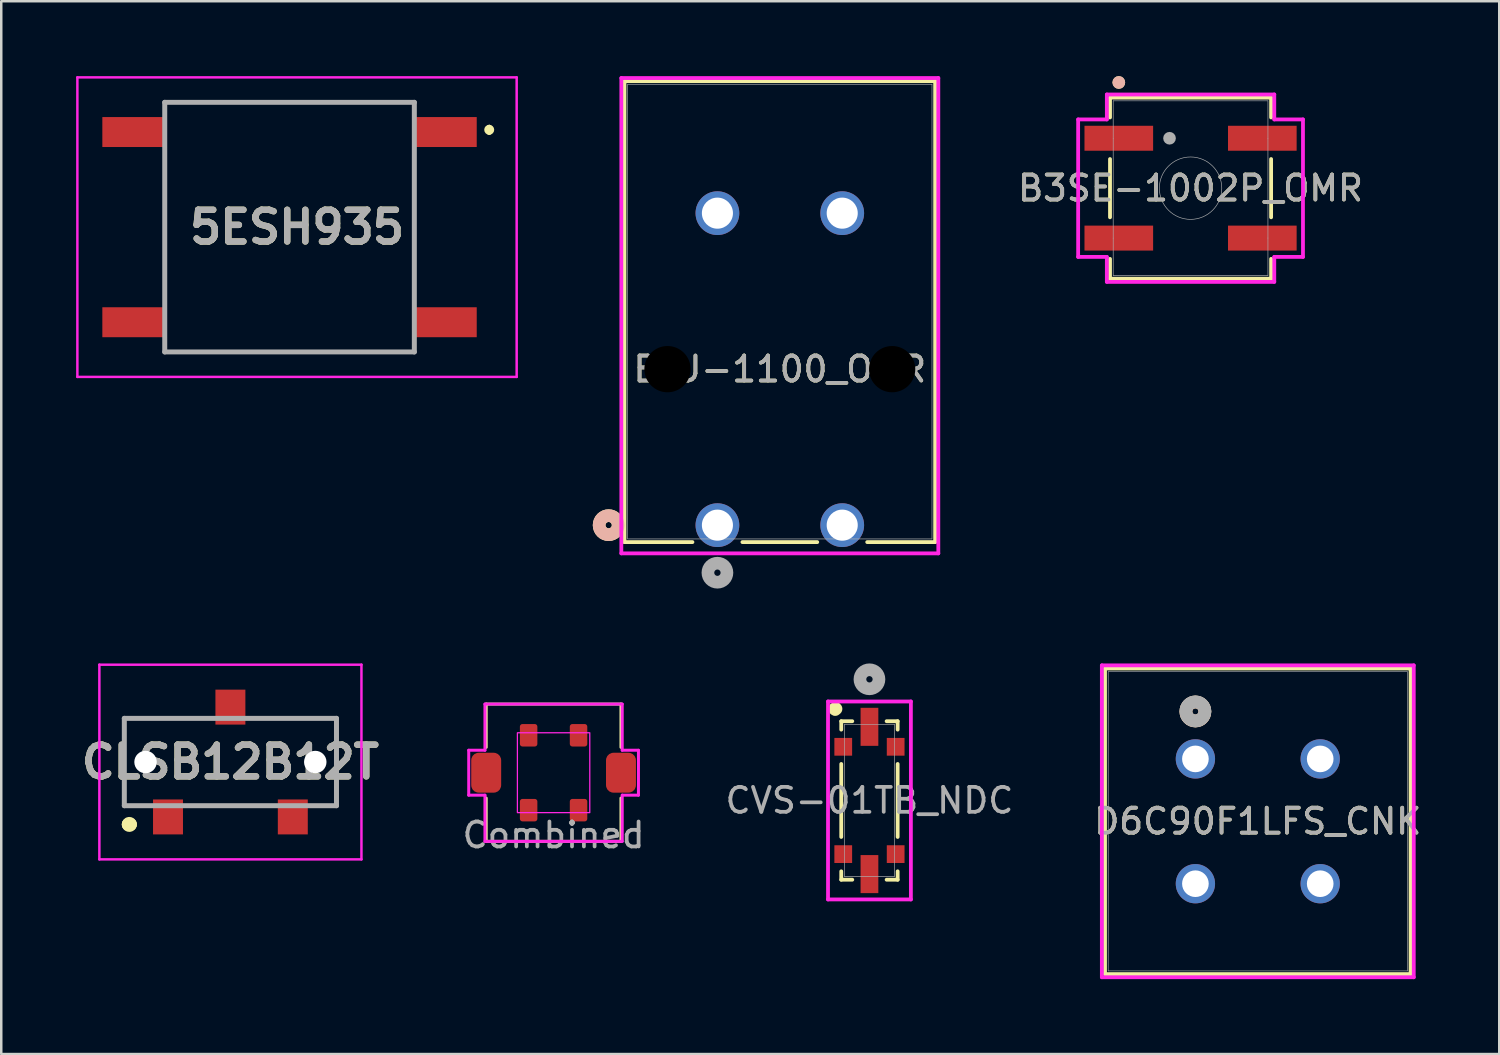
<source format=kicad_pcb>
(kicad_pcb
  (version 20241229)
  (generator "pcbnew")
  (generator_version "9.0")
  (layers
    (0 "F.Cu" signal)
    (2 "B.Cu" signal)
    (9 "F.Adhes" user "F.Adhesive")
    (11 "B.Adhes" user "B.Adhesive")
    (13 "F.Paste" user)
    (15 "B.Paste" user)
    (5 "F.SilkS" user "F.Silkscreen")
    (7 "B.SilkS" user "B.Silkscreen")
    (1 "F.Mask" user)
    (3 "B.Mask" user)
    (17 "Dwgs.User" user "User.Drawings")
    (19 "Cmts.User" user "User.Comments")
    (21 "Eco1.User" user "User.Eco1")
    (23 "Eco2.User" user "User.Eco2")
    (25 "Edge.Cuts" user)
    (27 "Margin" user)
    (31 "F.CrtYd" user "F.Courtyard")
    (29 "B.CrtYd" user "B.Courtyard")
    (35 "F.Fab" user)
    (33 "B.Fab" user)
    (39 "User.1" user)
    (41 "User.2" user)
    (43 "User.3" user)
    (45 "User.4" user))
  (footprint "B3SE-1002P_OMR"
    (layer "F.Cu")
    (at 44.649 4.489)
    (property "Reference" "B3SE-1002P_OMR" (at 0 0 0) (unlocked yes) (layer "F.SilkS") (effects (font (size 1 1) (thickness 0.15))))
    (attr smd)
    (fp_line (start -3.227 -3.627) (end -3.227 -2.833) (stroke (width 0.152) (type solid)) (layer "F.SilkS"))
    (fp_line (start -3.227 -1.167) (end -3.227 1.167) (stroke (width 0.152) (type solid)) (layer "F.SilkS"))
    (fp_line (start -3.227 2.833) (end -3.227 3.627) (stroke (width 0.152) (type solid)) (layer "F.SilkS"))
    (fp_line (start -3.227 3.627) (end 3.227 3.627) (stroke (width 0.152) (type solid)) (layer "F.SilkS"))
    (fp_line (start 3.227 -3.627) (end -3.227 -3.627) (stroke (width 0.152) (type solid)) (layer "F.SilkS"))
    (fp_line (start 3.227 -2.833) (end 3.227 -3.627) (stroke (width 0.152) (type solid)) (layer "F.SilkS"))
    (fp_line (start 3.227 1.167) (end 3.227 -1.167) (stroke (width 0.152) (type solid)) (layer "F.SilkS"))
    (fp_line (start 3.227 3.627) (end 3.227 2.833) (stroke (width 0.152) (type solid)) (layer "F.SilkS"))
    (fp_circle (center -2.875 -4.235) (end -2.748 -4.235) (stroke (width 0.254) (type solid)) (fill no) (layer "F.SilkS"))
    (fp_circle (center -2.875 -4.235) (end -2.748 -4.235) (stroke (width 0.254) (type solid)) (fill no) (layer "B.SilkS"))
    (fp_line (start -4.504 -2.754) (end -3.354 -2.754) (stroke (width 0.152) (type solid)) (layer "F.CrtYd"))
    (fp_line (start -4.504 2.754) (end -4.504 -2.754) (stroke (width 0.152) (type solid)) (layer "F.CrtYd"))
    (fp_line (start -4.504 2.754) (end -3.354 2.754) (stroke (width 0.152) (type solid)) (layer "F.CrtYd"))
    (fp_line (start -3.354 -3.754) (end 3.354 -3.754) (stroke (width 0.152) (type solid)) (layer "F.CrtYd"))
    (fp_line (start -3.354 -2.754) (end -3.354 -3.754) (stroke (width 0.152) (type solid)) (layer "F.CrtYd"))
    (fp_line (start -3.354 3.754) (end -3.354 2.754) (stroke (width 0.152) (type solid)) (layer "F.CrtYd"))
    (fp_line (start 3.354 -3.754) (end 3.354 -2.754) (stroke (width 0.152) (type solid)) (layer "F.CrtYd"))
    (fp_line (start 3.354 2.754) (end 3.354 3.754) (stroke (width 0.152) (type solid)) (layer "F.CrtYd"))
    (fp_line (start 3.354 3.754) (end -3.354 3.754) (stroke (width 0.152) (type solid)) (layer "F.CrtYd"))
    (fp_line (start 4.504 -2.754) (end 3.354 -2.754) (stroke (width 0.152) (type solid)) (layer "F.CrtYd"))
    (fp_line (start 4.504 -2.754) (end 4.504 2.754) (stroke (width 0.152) (type solid)) (layer "F.CrtYd"))
    (fp_line (start 4.504 2.754) (end 3.354 2.754) (stroke (width 0.152) (type solid)) (layer "F.CrtYd"))
    (fp_line (start -3.1 -2) (end -3.1 -2) (stroke (width 0.025) (type solid)) (layer "F.Fab"))
    (fp_line (start -3.1 2) (end -3.1 2) (stroke (width 0.025) (type solid)) (layer "F.Fab"))
    (fp_line (start -3.1 -3.5) (end -3.1 3.5) (stroke (width 0.025) (type solid)) (layer "F.Fab"))
    (fp_line (start -3.1 3.5) (end 3.1 3.5) (stroke (width 0.025) (type solid)) (layer "F.Fab"))
    (fp_line (start 3.1 -3.5) (end -3.1 -3.5) (stroke (width 0.025) (type solid)) (layer "F.Fab"))
    (fp_line (start 3.1 3.5) (end 3.1 -3.5) (stroke (width 0.025) (type solid)) (layer "F.Fab"))
    (fp_line (start 3.1 -2) (end 3.1 -2) (stroke (width 0.025) (type solid)) (layer "F.Fab"))
    (fp_line (start 3.1 2) (end 3.1 2) (stroke (width 0.025) (type solid)) (layer "F.Fab"))
    (fp_circle (center -0.843 -2) (end -0.716 -2) (stroke (width 0.254) (type solid)) (fill no) (layer "F.Fab"))
    (fp_circle (center 0 0) (end 1.25 0) (stroke (width 0.025) (type solid)) (fill no) (layer "F.Fab"))
    (fp_text user "${REFERENCE}" (at 0 0 0) (unlocked yes) (layer "F.Fab") (effects (font (size 1 1) (thickness 0.15))))
    (pad "1" smd rect (at -2.875 -2) (size 2.75 1) (layers "F.Cu" "F.Mask" "F.Paste"))
    (pad "2" smd rect (at 2.875 -2) (size 2.75 1) (layers "F.Cu" "F.Mask" "F.Paste"))
    (pad "3" smd rect (at -2.875 2) (size 2.75 1) (layers "F.Cu" "F.Mask" "F.Paste"))
    (pad "4" smd rect (at 2.875 2) (size 2.75 1) (layers "F.Cu" "F.Mask" "F.Paste")))
  (footprint "Combined"
    (layer "F.Cu")
    (at 19.129 27.908)
    (property "Reference" "Combined" (at 0 -3.53 0) (unlocked yes) (layer "User.2") (effects (font (size 1 1) (thickness 0.15))))
    (attr smd)
    (fp_line (start -2.7 -2.75) (end -2.7 -1.016) (stroke (width 0.12) (type default)) (layer "F.SilkS"))
    (fp_line (start -2.7 -2.75) (end 2.7 -2.75) (stroke (width 0.12) (type default)) (layer "F.SilkS"))
    (fp_line (start -2.7 1.016) (end -2.7 2.75) (stroke (width 0.12) (type default)) (layer "F.SilkS"))
    (fp_line (start -2.7 2.75) (end 2.7 2.75) (stroke (width 0.12) (type default)) (layer "F.SilkS"))
    (fp_line (start 2.7 -2.75) (end 2.7 -1.016) (stroke (width 0.12) (type default)) (layer "F.SilkS"))
    (fp_line (start 2.7 1.016) (end 2.7 2.75) (stroke (width 0.12) (type default)) (layer "F.SilkS"))
    (fp_line (start -3.4 -0.9) (end -2.75 -0.9) (stroke (width 0.12) (type default)) (layer "F.CrtYd"))
    (fp_line (start -3.4 0.9) (end -3.4 -0.9) (stroke (width 0.12) (type default)) (layer "F.CrtYd"))
    (fp_line (start -2.75 -2.75) (end 2.75 -2.75) (stroke (width 0.12) (type default)) (layer "F.CrtYd"))
    (fp_line (start -2.75 -0.9) (end -2.75 -2.75) (stroke (width 0.12) (type default)) (layer "F.CrtYd"))
    (fp_line (start -2.75 0.9) (end -3.4 0.9) (stroke (width 0.12) (type default)) (layer "F.CrtYd"))
    (fp_line (start -2.75 2.75) (end -2.75 0.9) (stroke (width 0.12) (type default)) (layer "F.CrtYd"))
    (fp_line (start 2.75 -2.75) (end 2.75 -0.9) (stroke (width 0.12) (type default)) (layer "F.CrtYd"))
    (fp_line (start 2.75 -0.9) (end 3.4 -0.9) (stroke (width 0.12) (type default)) (layer "F.CrtYd"))
    (fp_line (start 2.75 0.9) (end 2.75 2.75) (stroke (width 0.12) (type default)) (layer "F.CrtYd"))
    (fp_line (start 2.75 2.75) (end -2.75 2.75) (stroke (width 0.12) (type default)) (layer "F.CrtYd"))
    (fp_line (start 3.4 -0.9) (end 3.4 0.9) (stroke (width 0.12) (type default)) (layer "F.CrtYd"))
    (fp_line (start 3.4 0.9) (end 2.75 0.9) (stroke (width 0.12) (type default)) (layer "F.CrtYd"))
    (fp_rect (start -1.45 -1.6) (end 1.45 1.6) (stroke (width 0.05) (type default)) (fill no) (layer "F.CrtYd"))
    (fp_text user "${REFERENCE}" (at 0 2.5 0) (unlocked yes) (layer "F.Fab") (effects (font (size 1 1) (thickness 0.15))))
    (pad "1" smd roundrect (at 1 -1.5 270) (size 0.9 0.7) (layers "F.Cu" "F.Mask" "F.Paste") (roundrect_rratio 0.147))
    (pad "1" smd roundrect (at 1 1.5 270) (size 0.9 0.7) (layers "F.Cu" "F.Mask" "F.Paste") (roundrect_rratio 0.147))
    (pad "1" smd roundrect (at 2.7 0) (size 1.2 1.6) (layers "F.Cu" "F.Mask" "F.Paste") (roundrect_rratio 0.25))
    (pad "2" smd roundrect (at -2.7 0) (size 1.2 1.6) (layers "F.Cu" "F.Mask" "F.Paste") (roundrect_rratio 0.25))
    (pad "2" smd roundrect (at -1 -1.5 270) (size 0.9 0.7) (layers "F.Cu" "F.Mask" "F.Paste") (roundrect_rratio 0.147))
    (pad "2" smd roundrect (at -1 1.5 270) (size 0.9 0.7) (layers "F.Cu" "F.Mask" "F.Paste") (roundrect_rratio 0.147)))
  (footprint "B3J-1100_OMR"
    (layer "F.Cu")
    (at 25.693 17.99)
    (property "Reference" "B3J-1100_OMR" (at 2.5 -6.25 0) (unlocked yes) (layer "F.SilkS") (effects (font (size 1 1) (thickness 0.15))))
    (attr through_hole)
    (fp_line (start -3.723 -17.787) (end -3.723 0.679) (stroke (width 0.152) (type solid)) (layer "F.SilkS"))
    (fp_line (start -3.723 0.679) (end -1.001 0.679) (stroke (width 0.152) (type solid)) (layer "F.SilkS"))
    (fp_line (start 1.001 0.679) (end 3.999 0.679) (stroke (width 0.152) (type solid)) (layer "F.SilkS"))
    (fp_line (start 6.001 0.679) (end 8.723 0.679) (stroke (width 0.152) (type solid)) (layer "F.SilkS"))
    (fp_line (start 8.723 -17.787) (end -3.723 -17.787) (stroke (width 0.152) (type solid)) (layer "F.SilkS"))
    (fp_line (start 8.723 0.679) (end 8.723 -17.787) (stroke (width 0.152) (type solid)) (layer "F.SilkS"))
    (fp_circle (center -4.358 0) (end -3.977 0) (stroke (width 0.508) (type solid)) (fill no) (layer "F.SilkS"))
    (fp_circle (center -4.358 0) (end -3.977 0) (stroke (width 0.508) (type solid)) (fill no) (layer "B.SilkS"))
    (fp_line (start -3.85 -17.914) (end -3.85 1.13) (stroke (width 0.152) (type solid)) (layer "F.CrtYd"))
    (fp_line (start -3.85 1.13) (end 8.85 1.13) (stroke (width 0.152) (type solid)) (layer "F.CrtYd"))
    (fp_line (start 8.85 -17.914) (end -3.85 -17.914) (stroke (width 0.152) (type solid)) (layer "F.CrtYd"))
    (fp_line (start 8.85 1.13) (end 8.85 -17.914) (stroke (width 0.152) (type solid)) (layer "F.CrtYd"))
    (fp_line (start -3.596 -17.66) (end -3.596 0.552) (stroke (width 0.025) (type solid)) (layer "F.Fab"))
    (fp_line (start -3.596 0.552) (end 8.596 0.552) (stroke (width 0.025) (type solid)) (layer "F.Fab"))
    (fp_line (start 8.596 -17.66) (end -3.596 -17.66) (stroke (width 0.025) (type solid)) (layer "F.Fab"))
    (fp_line (start 8.596 0.552) (end 8.596 -17.66) (stroke (width 0.025) (type solid)) (layer "F.Fab"))
    (fp_circle (center 0 1.905) (end 0.381 1.905) (stroke (width 0.508) (type solid)) (fill no) (layer "F.Fab"))
    (fp_text user "${REFERENCE}" (at 2.5 -6.25 0) (unlocked yes) (layer "F.Fab") (effects (font (size 1 1) (thickness 0.15))))
    (pad "" np_thru_hole circle (at -2 -6.25) (size 1.854 1.854) (drill 1.854) (layers))
    (pad "" np_thru_hole circle (at 7 -6.25) (size 1.854 1.854) (drill 1.854) (layers))
    (pad "1" thru_hole circle (at 0 0) (size 1.753 1.753) (drill 1.245) (layers "*.Cu" "*.Mask"))
    (pad "2" thru_hole circle (at 0 -12.5) (size 1.753 1.753) (drill 1.245) (layers "*.Cu" "*.Mask"))
    (pad "3" thru_hole circle (at 5 0) (size 1.753 1.753) (drill 1.245) (layers "*.Cu" "*.Mask"))
    (pad "4" thru_hole circle (at 5 -12.5) (size 1.753 1.753) (drill 1.245) (layers "*.Cu" "*.Mask")))
  (footprint "D6C90F1LFS_CNK"
    (layer "F.Cu")
    (at 47.343 29.855)
    (property "Reference" "D6C90F1LFS_CNK" (at 0 0 0) (unlocked yes) (layer "F.SilkS") (effects (font (size 1 1) (thickness 0.15))))
    (attr through_hole)
    (fp_line (start -6.121 -6.121) (end -6.121 6.121) (stroke (width 0.152) (type solid)) (layer "F.SilkS"))
    (fp_line (start -6.121 6.121) (end 6.121 6.121) (stroke (width 0.152) (type solid)) (layer "F.SilkS"))
    (fp_line (start 6.121 -6.121) (end -6.121 -6.121) (stroke (width 0.152) (type solid)) (layer "F.SilkS"))
    (fp_line (start 6.121 6.121) (end 6.121 -6.121) (stroke (width 0.152) (type solid)) (layer "F.SilkS"))
    (fp_circle (center -2.5 -4.4) (end -2.119 -4.4) (stroke (width 0.508) (type solid)) (fill no) (layer "F.SilkS"))
    (fp_circle (center -2.5 -4.4) (end -2.119 -4.4) (stroke (width 0.508) (type solid)) (fill no) (layer "B.SilkS"))
    (fp_line (start -6.248 -6.248) (end -6.248 6.248) (stroke (width 0.152) (type solid)) (layer "F.CrtYd"))
    (fp_line (start -6.248 6.248) (end 6.248 6.248) (stroke (width 0.152) (type solid)) (layer "F.CrtYd"))
    (fp_line (start 6.248 -6.248) (end -6.248 -6.248) (stroke (width 0.152) (type solid)) (layer "F.CrtYd"))
    (fp_line (start 6.248 6.248) (end 6.248 -6.248) (stroke (width 0.152) (type solid)) (layer "F.CrtYd"))
    (fp_line (start -5.994 -5.994) (end -5.994 5.994) (stroke (width 0.025) (type solid)) (layer "F.Fab"))
    (fp_line (start -5.994 5.994) (end 5.994 5.994) (stroke (width 0.025) (type solid)) (layer "F.Fab"))
    (fp_line (start 5.994 -5.994) (end -5.994 -5.994) (stroke (width 0.025) (type solid)) (layer "F.Fab"))
    (fp_line (start 5.994 5.994) (end 5.994 -5.994) (stroke (width 0.025) (type solid)) (layer "F.Fab"))
    (fp_circle (center -2.5 -4.405) (end -2.119 -4.405) (stroke (width 0.508) (type solid)) (fill no) (layer "F.Fab"))
    (fp_text user "${REFERENCE}" (at 0 0 0) (unlocked yes) (layer "F.Fab") (effects (font (size 1 1) (thickness 0.15))))
    (pad "1" thru_hole circle (at -2.5 -2.5) (size 1.575 1.575) (drill 1.067) (layers "*.Cu" "*.Mask"))
    (pad "2" thru_hole circle (at 2.5 -2.5) (size 1.575 1.575) (drill 1.067) (layers "*.Cu" "*.Mask"))
    (pad "3" thru_hole circle (at -2.5 2.5) (size 1.575 1.575) (drill 1.067) (layers "*.Cu" "*.Mask"))
    (pad "4" thru_hole circle (at 2.5 2.5) (size 1.575 1.575) (drill 1.067) (layers "*.Cu" "*.Mask")))
  (footprint "CVS-01TB_NDC"
    (layer "F.Cu")
    (at 31.784 29.02)
    (property "Reference" "CVS-01TB_NDC" (at 0 0 0) (unlocked yes) (layer "User.2") (effects (font (size 1 1) (thickness 0.15))))
    (attr smd)
    (fp_line (start -1.13 -3.175) (end -1.13 -2.838) (stroke (width 0.152) (type solid)) (layer "F.SilkS"))
    (fp_line (start -1.13 -1.462) (end -1.13 1.462) (stroke (width 0.152) (type solid)) (layer "F.SilkS"))
    (fp_line (start -1.13 2.838) (end -1.13 3.175) (stroke (width 0.152) (type solid)) (layer "F.SilkS"))
    (fp_line (start -1.13 3.175) (end -0.688 3.175) (stroke (width 0.152) (type solid)) (layer "F.SilkS"))
    (fp_line (start -0.688 -3.175) (end -1.13 -3.175) (stroke (width 0.152) (type solid)) (layer "F.SilkS"))
    (fp_line (start 0.688 3.175) (end 1.13 3.175) (stroke (width 0.152) (type solid)) (layer "F.SilkS"))
    (fp_line (start 1.13 -3.175) (end 0.688 -3.175) (stroke (width 0.152) (type solid)) (layer "F.SilkS"))
    (fp_line (start 1.13 -2.838) (end 1.13 -3.175) (stroke (width 0.152) (type solid)) (layer "F.SilkS"))
    (fp_line (start 1.13 1.462) (end 1.13 -1.462) (stroke (width 0.152) (type solid)) (layer "F.SilkS"))
    (fp_line (start 1.13 3.175) (end 1.13 2.838) (stroke (width 0.152) (type solid)) (layer "F.SilkS"))
    (fp_arc (start -1.374524 -3.642037) (mid -1.381001 -3.685328) (end -1.34 -3.67) (stroke (width 0.508) (type solid)) (layer "F.SilkS"))
    (fp_line (start -1.66 -3.966) (end -1.66 3.966) (stroke (width 0.152) (type solid)) (layer "F.CrtYd"))
    (fp_line (start -1.66 3.966) (end 1.66 3.966) (stroke (width 0.152) (type solid)) (layer "F.CrtYd"))
    (fp_line (start 1.66 -3.966) (end -1.66 -3.966) (stroke (width 0.152) (type solid)) (layer "F.CrtYd"))
    (fp_line (start 1.66 3.966) (end 1.66 -3.966) (stroke (width 0.152) (type solid)) (layer "F.CrtYd"))
    (fp_line (start -1.003 -3.048) (end -1.003 3.048) (stroke (width 0.025) (type solid)) (layer "F.Fab"))
    (fp_line (start -1.003 3.048) (end 1.003 3.048) (stroke (width 0.025) (type solid)) (layer "F.Fab"))
    (fp_line (start 1.003 -3.048) (end -1.003 -3.048) (stroke (width 0.025) (type solid)) (layer "F.Fab"))
    (fp_line (start 1.003 3.048) (end 1.003 -3.048) (stroke (width 0.025) (type solid)) (layer "F.Fab"))
    (fp_circle (center 0 -4.855) (end 0.381 -4.855) (stroke (width 0.508) (type solid)) (fill no) (layer "F.Fab"))
    (fp_text user "${REFERENCE}" (at 0 0 0) (unlocked yes) (layer "F.Fab") (effects (font (size 1 1) (thickness 0.15))))
    (pad "1" smd rect (at 0 -2.95) (size 0.711 1.524) (layers "F.Cu" "F.Mask" "F.Paste"))
    (pad "2" smd rect (at 0 2.95) (size 0.711 1.524) (layers "F.Cu" "F.Mask" "F.Paste"))
    (pad "3" smd rect (at -1.05 -2.15) (size 0.711 0.711) (layers "F.Cu" "F.Mask" "F.Paste"))
    (pad "3" smd rect (at -1.05 2.15) (size 0.711 0.711) (layers "F.Cu" "F.Mask" "F.Paste"))
    (pad "3" smd rect (at 1.05 -2.15) (size 0.711 0.711) (layers "F.Cu" "F.Mask" "F.Paste"))
    (pad "3" smd rect (at 1.05 2.15) (size 0.711 0.711) (layers "F.Cu" "F.Mask" "F.Paste")))
  (footprint "5ESH935"
    (layer "F.Cu")
    (at 8.55 6.05)
    (property "Reference" "5ESH935" (at 0.3 0 0) (layer "F.SilkS") (effects (font (size 1.27 1.27) (thickness 0.254))))
    (attr smd)
    (fp_line (start -5 -5) (end 5 -5) (stroke (width 0.1) (type solid)) (layer "F.SilkS"))
    (fp_line (start -5 -2.5) (end -5 2.5) (stroke (width 0.1) (type solid)) (layer "F.SilkS"))
    (fp_line (start -5 5) (end 5 5) (stroke (width 0.1) (type solid)) (layer "F.SilkS"))
    (fp_line (start 5 -2.5) (end 5 2.5) (stroke (width 0.1) (type solid)) (layer "F.SilkS"))
    (fp_line (start 8 -4) (end 8 -4) (stroke (width 0.2) (type solid)) (layer "F.SilkS"))
    (fp_line (start 8 -3.8) (end 8 -3.8) (stroke (width 0.2) (type solid)) (layer "F.SilkS"))
    (fp_arc (start 8 -4) (mid 8.1 -3.9) (end 8 -3.8) (stroke (width 0.2) (type solid)) (layer "F.SilkS"))
    (fp_arc (start 8 -3.8) (mid 7.9 -3.9) (end 8 -4) (stroke (width 0.2) (type solid)) (layer "F.SilkS"))
    (fp_line (start -8.5 -6) (end 9.1 -6) (stroke (width 0.1) (type solid)) (layer "F.CrtYd"))
    (fp_line (start -8.5 6) (end -8.5 -6) (stroke (width 0.1) (type solid)) (layer "F.CrtYd"))
    (fp_line (start 9.1 -6) (end 9.1 6) (stroke (width 0.1) (type solid)) (layer "F.CrtYd"))
    (fp_line (start 9.1 6) (end -8.5 6) (stroke (width 0.1) (type solid)) (layer "F.CrtYd"))
    (fp_line (start -5 -5) (end 5 -5) (stroke (width 0.2) (type solid)) (layer "F.Fab"))
    (fp_line (start -5 5) (end -5 -5) (stroke (width 0.2) (type solid)) (layer "F.Fab"))
    (fp_line (start 5 -5) (end 5 5) (stroke (width 0.2) (type solid)) (layer "F.Fab"))
    (fp_line (start 5 5) (end -5 5) (stroke (width 0.2) (type solid)) (layer "F.Fab"))
    (fp_text user "${REFERENCE}" (at 0.3 0 0) (layer "F.Fab") (effects (font (size 1.27 1.27) (thickness 0.254))))
    (pad "1" smd rect (at 6.25 -3.81 90) (size 1.2 2.5) (layers "F.Cu" "F.Mask" "F.Paste"))
    (pad "2" smd rect (at -6.25 -3.81 90) (size 1.2 2.5) (layers "F.Cu" "F.Mask" "F.Paste"))
    (pad "3" smd rect (at 6.25 3.81 90) (size 1.2 2.5) (layers "F.Cu" "F.Mask" "F.Paste"))
    (pad "4" smd rect (at -6.25 3.81 90) (size 1.2 2.5) (layers "F.Cu" "F.Mask" "F.Paste")))
  (footprint "CLSB12B12T"
    (layer "F.Cu")
    (at 6.181 27.48)
    (property "Reference" "CLSB12B12T" (at 0 0 0) (layer "F.SilkS") (effects (font (size 1.27 1.27) (thickness 0.254))))
    (attr through_hole)
    (fp_line (start -4.25 -1.75) (end -4.25 1.75) (stroke (width 0.1) (type solid)) (layer "F.SilkS"))
    (fp_line (start -4.25 1.75) (end -4.25 1.75) (stroke (width 0.1) (type solid)) (layer "F.SilkS"))
    (fp_line (start -4.25 1.75) (end -3.5 1.75) (stroke (width 0.1) (type solid)) (layer "F.SilkS"))
    (fp_line (start -4.1 2.5) (end -4.1 2.5) (stroke (width 0.5) (type solid)) (layer "F.SilkS"))
    (fp_line (start -4 2.5) (end -4 2.5) (stroke (width 0.5) (type solid)) (layer "F.SilkS"))
    (fp_line (start -1 -1.75) (end -4.25 -1.75) (stroke (width 0.1) (type solid)) (layer "F.SilkS"))
    (fp_line (start 1 -1.75) (end 4.25 -1.75) (stroke (width 0.1) (type solid)) (layer "F.SilkS"))
    (fp_line (start 4.25 -1.75) (end 4.25 1.75) (stroke (width 0.1) (type solid)) (layer "F.SilkS"))
    (fp_line (start 4.25 1.75) (end 3.4 1.75) (stroke (width 0.1) (type solid)) (layer "F.SilkS"))
    (fp_arc (start -4.1 2.5) (mid -4.05 2.45) (end -4 2.5) (stroke (width 0.5) (type solid)) (layer "F.SilkS"))
    (fp_arc (start -4 2.5) (mid -4.05 2.55) (end -4.1 2.5) (stroke (width 0.5) (type solid)) (layer "F.SilkS"))
    (fp_line (start -5.25 -3.9) (end 5.25 -3.9) (stroke (width 0.1) (type solid)) (layer "F.CrtYd"))
    (fp_line (start -5.25 3.9) (end -5.25 -3.9) (stroke (width 0.1) (type solid)) (layer "F.CrtYd"))
    (fp_line (start 5.25 -3.9) (end 5.25 3.9) (stroke (width 0.1) (type solid)) (layer "F.CrtYd"))
    (fp_line (start 5.25 3.9) (end -5.25 3.9) (stroke (width 0.1) (type solid)) (layer "F.CrtYd"))
    (fp_line (start -4.25 -1.75) (end 4.25 -1.75) (stroke (width 0.2) (type solid)) (layer "F.Fab"))
    (fp_line (start -4.25 1.75) (end -4.25 -1.75) (stroke (width 0.2) (type solid)) (layer "F.Fab"))
    (fp_line (start 4.25 -1.75) (end 4.25 1.75) (stroke (width 0.2) (type solid)) (layer "F.Fab"))
    (fp_line (start 4.25 1.75) (end -4.25 1.75) (stroke (width 0.2) (type solid)) (layer "F.Fab"))
    (fp_text user "${REFERENCE}" (at 0 0 0) (layer "F.Fab") (effects (font (size 1.27 1.27) (thickness 0.254))))
    (pad "" np_thru_hole circle (at -3.4 0) (size 0.9 0.9) (drill 0.9) (layers "*.Cu" "*.Mask"))
    (pad "" np_thru_hole circle (at 3.4 0) (size 0.9 0.9) (drill 0.9) (layers "*.Cu" "*.Mask"))
    (pad "1" smd rect (at -2.5 2.2) (size 1.2 1.4) (layers "F.Cu" "F.Mask" "F.Paste"))
    (pad "2" smd rect (at 0 -2.2) (size 1.2 1.4) (layers "F.Cu" "F.Mask" "F.Paste"))
    (pad "3" smd rect (at 2.5 2.2) (size 1.2 1.4) (layers "F.Cu" "F.Mask" "F.Paste")))
  (gr_rect
    (start -3 -3)
    (end 57.016 39.179)
    (stroke (width 0.1) (type default))
    (fill no)
    (layer "Edge.Cuts")))
</source>
